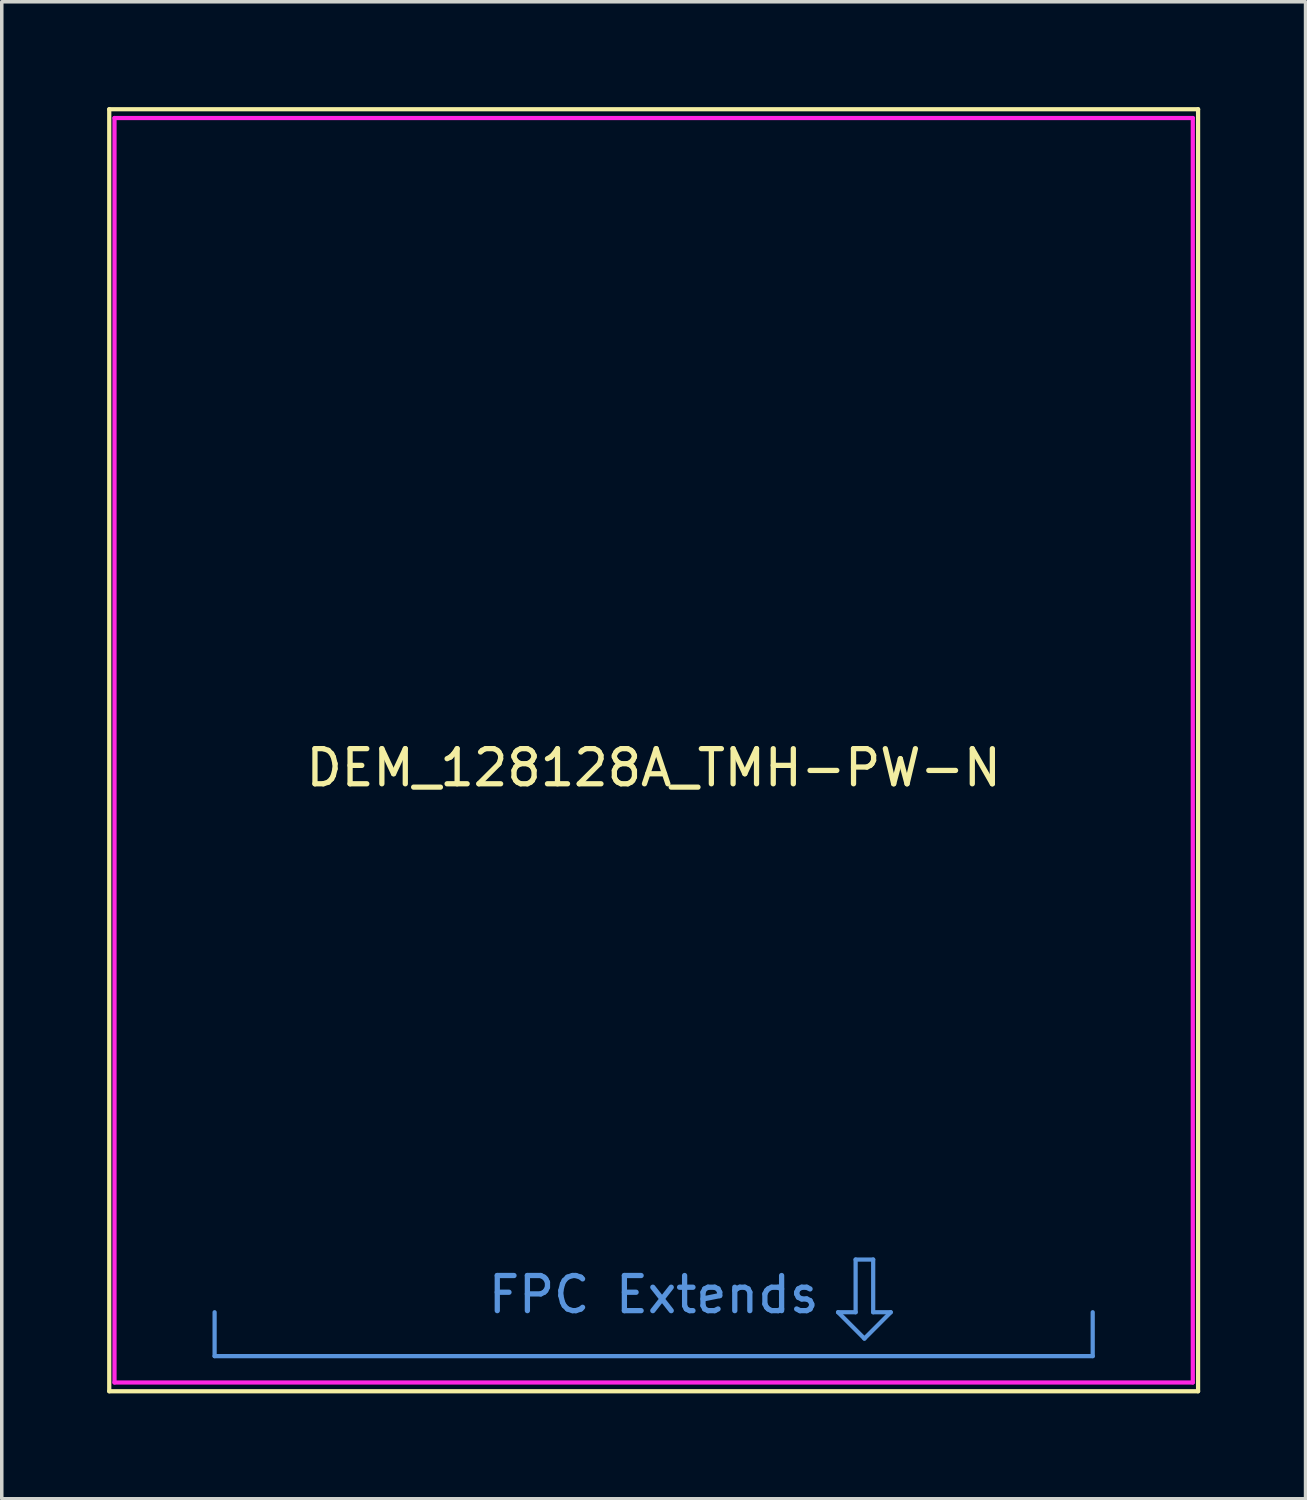
<source format=kicad_pcb>
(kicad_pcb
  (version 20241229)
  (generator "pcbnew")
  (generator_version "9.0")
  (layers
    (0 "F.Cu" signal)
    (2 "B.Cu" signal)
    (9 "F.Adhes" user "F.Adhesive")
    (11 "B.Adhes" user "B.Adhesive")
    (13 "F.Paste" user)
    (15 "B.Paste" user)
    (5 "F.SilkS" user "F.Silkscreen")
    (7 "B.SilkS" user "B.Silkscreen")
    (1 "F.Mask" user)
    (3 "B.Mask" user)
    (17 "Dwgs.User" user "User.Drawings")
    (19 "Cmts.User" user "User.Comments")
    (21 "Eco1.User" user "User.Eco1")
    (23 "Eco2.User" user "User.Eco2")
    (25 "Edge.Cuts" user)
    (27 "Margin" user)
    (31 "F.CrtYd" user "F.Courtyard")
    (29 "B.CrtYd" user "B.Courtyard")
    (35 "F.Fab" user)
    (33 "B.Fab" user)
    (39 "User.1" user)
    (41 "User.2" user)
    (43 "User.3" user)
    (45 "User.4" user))
  (footprint "DEM_128128A_TMH-PW-N"
    (layer "F.Cu")
    (at 15.56 18.31)
    (property "Reference" "DEM_128128A_TMH-PW-N" (at 0 0.5 0) (layer "F.SilkS") (effects (font (size 1 1) (thickness 0.15))))
    (attr exclude_from_pos_files exclude_from_bom)
    (fp_line (start -15.5 -18.25) (end -15.5 18.25) (stroke (width 0.12) (type solid)) (layer "F.SilkS"))
    (fp_line (start -15.5 18.25) (end 15.5 18.25) (stroke (width 0.12) (type solid)) (layer "F.SilkS"))
    (fp_line (start 15.5 -18.25) (end -15.5 -18.25) (stroke (width 0.12) (type solid)) (layer "F.SilkS"))
    (fp_line (start 15.5 18.25) (end 15.5 -18.25) (stroke (width 0.12) (type solid)) (layer "F.SilkS"))
    (fp_line (start -12.5 17.25) (end -12.5 16) (stroke (width 0.12) (type solid)) (layer "Cmts.User"))
    (fp_line (start -12.5 17.25) (end 12.5 17.25) (stroke (width 0.12) (type solid)) (layer "Cmts.User"))
    (fp_line (start 5.25 16) (end 5.75 16) (stroke (width 0.12) (type solid)) (layer "Cmts.User"))
    (fp_line (start 5.75 14.5) (end 6.25 14.5) (stroke (width 0.12) (type solid)) (layer "Cmts.User"))
    (fp_line (start 5.75 16) (end 5.75 14.5) (stroke (width 0.12) (type solid)) (layer "Cmts.User"))
    (fp_line (start 6 16.75) (end 5.25 16) (stroke (width 0.12) (type solid)) (layer "Cmts.User"))
    (fp_line (start 6.25 14.5) (end 6.25 16) (stroke (width 0.12) (type solid)) (layer "Cmts.User"))
    (fp_line (start 6.25 16) (end 6.75 16) (stroke (width 0.12) (type solid)) (layer "Cmts.User"))
    (fp_line (start 6.75 16) (end 6 16.75) (stroke (width 0.12) (type solid)) (layer "Cmts.User"))
    (fp_line (start 12.5 17.25) (end 12.5 16) (stroke (width 0.12) (type solid)) (layer "Cmts.User"))
    (fp_line (start -15.35 -18) (end -15.35 18) (stroke (width 0.12) (type solid)) (layer "F.CrtYd"))
    (fp_line (start -15.35 18) (end 15.35 18) (stroke (width 0.12) (type solid)) (layer "F.CrtYd"))
    (fp_line (start 15.35 -18) (end -15.35 -18) (stroke (width 0.12) (type solid)) (layer "F.CrtYd"))
    (fp_line (start 15.35 18) (end 15.35 -18) (stroke (width 0.12) (type solid)) (layer "F.CrtYd"))
    (fp_text user "FPC Extends" (at 0 15.5 0) (layer "Cmts.User") (effects (font (size 1 1) (thickness 0.15)))))
  (gr_rect
    (start -3 -3)
    (end 34.12 39.62)
    (stroke (width 0.1) (type default))
    (fill no)
    (layer "Edge.Cuts")))
</source>
